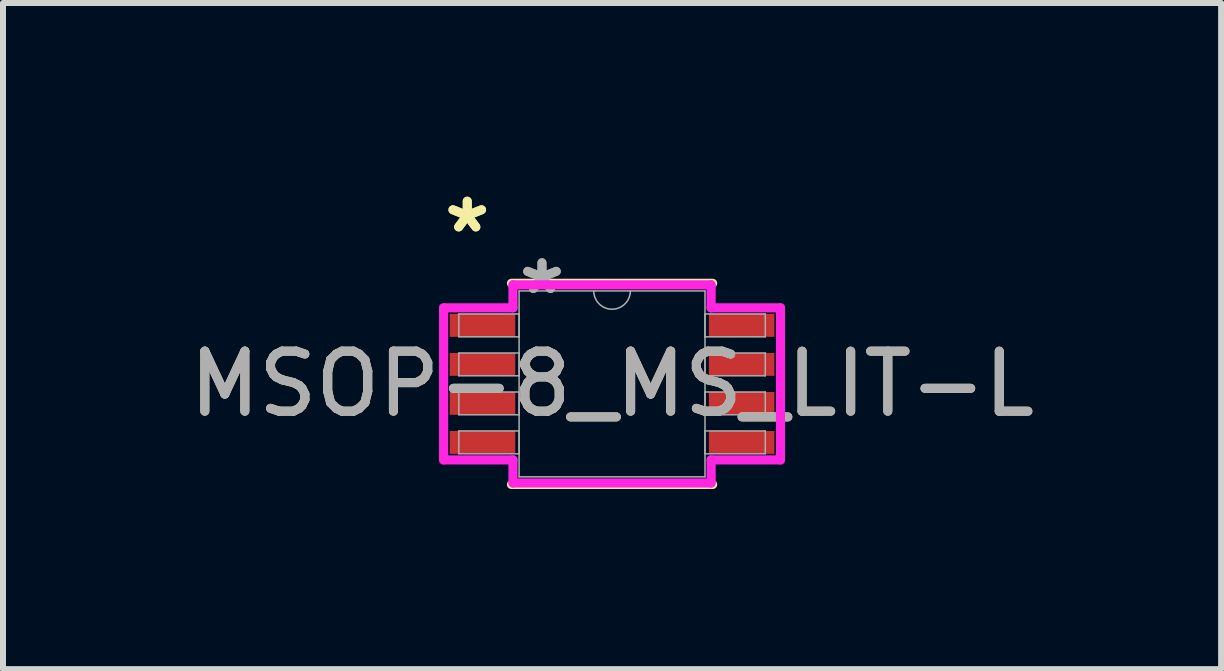
<source format=kicad_pcb>
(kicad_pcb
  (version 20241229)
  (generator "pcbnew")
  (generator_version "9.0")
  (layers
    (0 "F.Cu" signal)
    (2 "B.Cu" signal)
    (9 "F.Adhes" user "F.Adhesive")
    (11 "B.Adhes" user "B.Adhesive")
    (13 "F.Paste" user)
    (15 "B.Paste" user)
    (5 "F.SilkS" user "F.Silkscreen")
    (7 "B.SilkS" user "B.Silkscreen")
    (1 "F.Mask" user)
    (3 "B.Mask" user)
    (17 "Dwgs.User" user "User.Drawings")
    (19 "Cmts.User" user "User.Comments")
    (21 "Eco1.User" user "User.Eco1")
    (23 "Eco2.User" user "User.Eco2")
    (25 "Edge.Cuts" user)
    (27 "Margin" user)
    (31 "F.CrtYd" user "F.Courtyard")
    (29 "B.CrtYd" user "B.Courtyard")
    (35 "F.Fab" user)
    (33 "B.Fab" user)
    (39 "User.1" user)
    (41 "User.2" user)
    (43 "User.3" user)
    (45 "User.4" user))
  (footprint "MSOP-8_MS_LIT-L"
    (layer "F.Cu")
    (at 7.149 3.347)
    (property "Reference" "MSOP-8_MS_LIT-L" (at 0 0 0) (unlocked yes) (layer "F.SilkS") (effects (font (size 1 1) (thickness 0.15))))
    (attr smd)
    (fp_line (start -1.676 1.676) (end 1.676 1.676) (stroke (width 0.152) (type solid)) (layer "F.SilkS"))
    (fp_line (start 1.676 -1.676) (end -1.676 -1.676) (stroke (width 0.152) (type solid)) (layer "F.SilkS"))
    (fp_line (start -2.807 -1.267) (end -1.651 -1.267) (stroke (width 0.152) (type solid)) (layer "F.CrtYd"))
    (fp_line (start -2.807 1.267) (end -2.807 -1.267) (stroke (width 0.152) (type solid)) (layer "F.CrtYd"))
    (fp_line (start -2.807 1.267) (end -1.651 1.267) (stroke (width 0.152) (type solid)) (layer "F.CrtYd"))
    (fp_line (start -1.651 -1.651) (end 1.651 -1.651) (stroke (width 0.152) (type solid)) (layer "F.CrtYd"))
    (fp_line (start -1.651 -1.267) (end -1.651 -1.651) (stroke (width 0.152) (type solid)) (layer "F.CrtYd"))
    (fp_line (start -1.651 1.651) (end -1.651 1.267) (stroke (width 0.152) (type solid)) (layer "F.CrtYd"))
    (fp_line (start 1.651 -1.651) (end 1.651 -1.267) (stroke (width 0.152) (type solid)) (layer "F.CrtYd"))
    (fp_line (start 1.651 1.267) (end 1.651 1.651) (stroke (width 0.152) (type solid)) (layer "F.CrtYd"))
    (fp_line (start 1.651 1.651) (end -1.651 1.651) (stroke (width 0.152) (type solid)) (layer "F.CrtYd"))
    (fp_line (start 2.807 -1.267) (end 1.651 -1.267) (stroke (width 0.152) (type solid)) (layer "F.CrtYd"))
    (fp_line (start 2.807 -1.267) (end 2.807 1.267) (stroke (width 0.152) (type solid)) (layer "F.CrtYd"))
    (fp_line (start 2.807 1.267) (end 1.651 1.267) (stroke (width 0.152) (type solid)) (layer "F.CrtYd"))
    (fp_line (start -2.553 -1.165) (end -2.553 -0.784) (stroke (width 0.025) (type solid)) (layer "F.Fab"))
    (fp_line (start -2.553 -0.784) (end -1.549 -0.784) (stroke (width 0.025) (type solid)) (layer "F.Fab"))
    (fp_line (start -2.553 -0.515) (end -2.553 -0.135) (stroke (width 0.025) (type solid)) (layer "F.Fab"))
    (fp_line (start -2.553 -0.135) (end -1.549 -0.135) (stroke (width 0.025) (type solid)) (layer "F.Fab"))
    (fp_line (start -2.553 0.135) (end -2.553 0.515) (stroke (width 0.025) (type solid)) (layer "F.Fab"))
    (fp_line (start -2.553 0.515) (end -1.549 0.515) (stroke (width 0.025) (type solid)) (layer "F.Fab"))
    (fp_line (start -2.553 0.784) (end -2.553 1.165) (stroke (width 0.025) (type solid)) (layer "F.Fab"))
    (fp_line (start -2.553 1.165) (end -1.549 1.165) (stroke (width 0.025) (type solid)) (layer "F.Fab"))
    (fp_line (start -1.549 -1.549) (end -1.549 1.549) (stroke (width 0.025) (type solid)) (layer "F.Fab"))
    (fp_line (start -1.549 -1.165) (end -2.553 -1.165) (stroke (width 0.025) (type solid)) (layer "F.Fab"))
    (fp_line (start -1.549 -0.784) (end -1.549 -1.165) (stroke (width 0.025) (type solid)) (layer "F.Fab"))
    (fp_line (start -1.549 -0.515) (end -2.553 -0.515) (stroke (width 0.025) (type solid)) (layer "F.Fab"))
    (fp_line (start -1.549 -0.135) (end -1.549 -0.515) (stroke (width 0.025) (type solid)) (layer "F.Fab"))
    (fp_line (start -1.549 0.135) (end -2.553 0.135) (stroke (width 0.025) (type solid)) (layer "F.Fab"))
    (fp_line (start -1.549 0.515) (end -1.549 0.135) (stroke (width 0.025) (type solid)) (layer "F.Fab"))
    (fp_line (start -1.549 0.784) (end -2.553 0.784) (stroke (width 0.025) (type solid)) (layer "F.Fab"))
    (fp_line (start -1.549 1.165) (end -1.549 0.784) (stroke (width 0.025) (type solid)) (layer "F.Fab"))
    (fp_line (start -1.549 1.549) (end 1.549 1.549) (stroke (width 0.025) (type solid)) (layer "F.Fab"))
    (fp_line (start 1.549 -1.549) (end -1.549 -1.549) (stroke (width 0.025) (type solid)) (layer "F.Fab"))
    (fp_line (start 1.549 -1.165) (end 1.549 -0.784) (stroke (width 0.025) (type solid)) (layer "F.Fab"))
    (fp_line (start 1.549 -0.784) (end 2.553 -0.784) (stroke (width 0.025) (type solid)) (layer "F.Fab"))
    (fp_line (start 1.549 -0.515) (end 1.549 -0.135) (stroke (width 0.025) (type solid)) (layer "F.Fab"))
    (fp_line (start 1.549 -0.135) (end 2.553 -0.135) (stroke (width 0.025) (type solid)) (layer "F.Fab"))
    (fp_line (start 1.549 0.135) (end 1.549 0.515) (stroke (width 0.025) (type solid)) (layer "F.Fab"))
    (fp_line (start 1.549 0.515) (end 2.553 0.515) (stroke (width 0.025) (type solid)) (layer "F.Fab"))
    (fp_line (start 1.549 0.784) (end 1.549 1.165) (stroke (width 0.025) (type solid)) (layer "F.Fab"))
    (fp_line (start 1.549 1.165) (end 2.553 1.165) (stroke (width 0.025) (type solid)) (layer "F.Fab"))
    (fp_line (start 1.549 1.549) (end 1.549 -1.549) (stroke (width 0.025) (type solid)) (layer "F.Fab"))
    (fp_line (start 2.553 -1.165) (end 1.549 -1.165) (stroke (width 0.025) (type solid)) (layer "F.Fab"))
    (fp_line (start 2.553 -0.784) (end 2.553 -1.165) (stroke (width 0.025) (type solid)) (layer "F.Fab"))
    (fp_line (start 2.553 -0.515) (end 1.549 -0.515) (stroke (width 0.025) (type solid)) (layer "F.Fab"))
    (fp_line (start 2.553 -0.135) (end 2.553 -0.515) (stroke (width 0.025) (type solid)) (layer "F.Fab"))
    (fp_line (start 2.553 0.135) (end 1.549 0.135) (stroke (width 0.025) (type solid)) (layer "F.Fab"))
    (fp_line (start 2.553 0.515) (end 2.553 0.135) (stroke (width 0.025) (type solid)) (layer "F.Fab"))
    (fp_line (start 2.553 0.784) (end 1.549 0.784) (stroke (width 0.025) (type solid)) (layer "F.Fab"))
    (fp_line (start 2.553 1.165) (end 2.553 0.784) (stroke (width 0.025) (type solid)) (layer "F.Fab"))
    (fp_arc (start 0.3048 -1.5494) (mid 0 -1.2446) (end -0.3048 -1.5494) (stroke (width 0.0254) (type solid)) (layer "F.Fab"))
    (fp_text user "*" (at -2.413 -2.499 0) (unlocked yes) (layer "F.SilkS") (effects (font (size 1 1) (thickness 0.15))))
    (fp_text user "*" (at -2.413 -2.499 0) (layer "F.SilkS") (effects (font (size 1 1) (thickness 0.15))))
    (fp_text user "*" (at -1.168 -1.473 0) (layer "F.Fab") (effects (font (size 1 1) (thickness 0.15))))
    (fp_text user "${REFERENCE}" (at 0 0 0) (unlocked yes) (layer "F.Fab") (effects (font (size 1 1) (thickness 0.15))))
    (fp_text user "*" (at -1.168 -1.473 0) (unlocked yes) (layer "F.Fab") (effects (font (size 1 1) (thickness 0.15))))
    (pad "1" smd rect (at -2.159 -0.975) (size 1.092 0.381) (layers "F.Cu" "F.Mask" "F.Paste"))
    (pad "2" smd rect (at -2.159 -0.325) (size 1.092 0.381) (layers "F.Cu" "F.Mask" "F.Paste"))
    (pad "3" smd rect (at -2.159 0.325) (size 1.092 0.381) (layers "F.Cu" "F.Mask" "F.Paste"))
    (pad "4" smd rect (at -2.159 0.975) (size 1.092 0.381) (layers "F.Cu" "F.Mask" "F.Paste"))
    (pad "5" smd rect (at 2.159 0.975) (size 1.092 0.381) (layers "F.Cu" "F.Mask" "F.Paste"))
    (pad "6" smd rect (at 2.159 0.325) (size 1.092 0.381) (layers "F.Cu" "F.Mask" "F.Paste"))
    (pad "7" smd rect (at 2.159 -0.325) (size 1.092 0.381) (layers "F.Cu" "F.Mask" "F.Paste"))
    (pad "8" smd rect (at 2.159 -0.975) (size 1.092 0.381) (layers "F.Cu" "F.Mask" "F.Paste")))
  (gr_rect
    (start -3 -3)
    (end 17.298 8.1)
    (stroke (width 0.1) (type default))
    (fill no)
    (layer "Edge.Cuts")))
</source>
